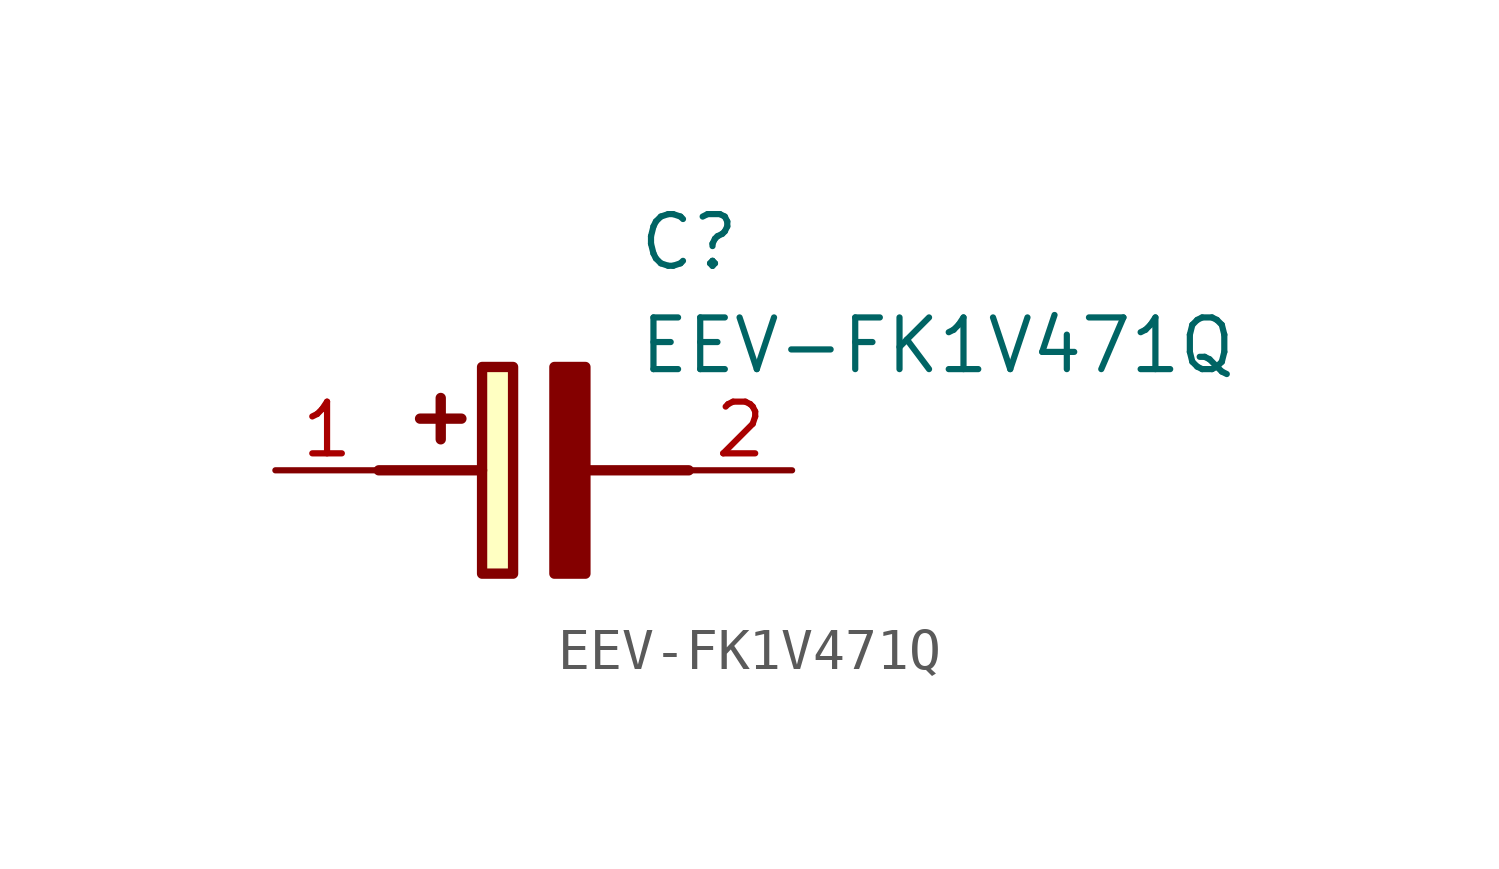
<source format=kicad_sym>
(kicad_symbol_lib
  (version 20211014)
  (generator SamacSys_ECAD_Model)
  (symbol "EEV-FK1V471Q"
    (pin_names hide)
    (property "Reference" "C"
      (at 8.89 6.35 0)
      (effects (font (size 1.27 1.27)) (justify left top)))
    (property "Value" "EEV-FK1V471Q"
      (at 8.89 3.81 0)
      (effects (font (size 1.27 1.27)) (justify left top)))
    (rectangle
      (start 5.08 2.54)
      (end 5.842 -2.54)
      (stroke (width 0.254) (type default))
      (fill (type background)))
    (polyline
      (pts (xy 4.572 1.27) (xy 3.556 1.27))
      (stroke (width 0.254) (type default))
      (fill (type none)))
    (polyline
      (pts (xy 4.064 1.778) (xy 4.064 0.762))
      (stroke (width 0.254) (type default))
      (fill (type none)))
    (polyline
      (pts (xy 2.54 0) (xy 5.08 0))
      (stroke (width 0.254) (type default))
      (fill (type none)))
    (polyline
      (pts (xy 7.62 0) (xy 10.16 0))
      (stroke (width 0.254) (type default))
      (fill (type none)))
    (polyline
      (pts (xy 7.62 2.54) (xy 7.62 -2.54) (xy 6.858 -2.54) (xy 6.858 2.54) (xy 7.62 2.54))
      (stroke (width 0.254) (type default))
      (fill (type outline)))
    (pin passive line
      (at 0 0 0)
      (length 2.54)
      (name "+" (effects (font (size 1.27 1.27))))
      (number "1" (effects (font (size 1.27 1.27)))))
    (pin passive line
      (at 12.7 0 180)
      (length 2.54)
      (name "-" (effects (font (size 1.27 1.27))))
      (number "2" (effects (font (size 1.27 1.27)))))))
</source>
